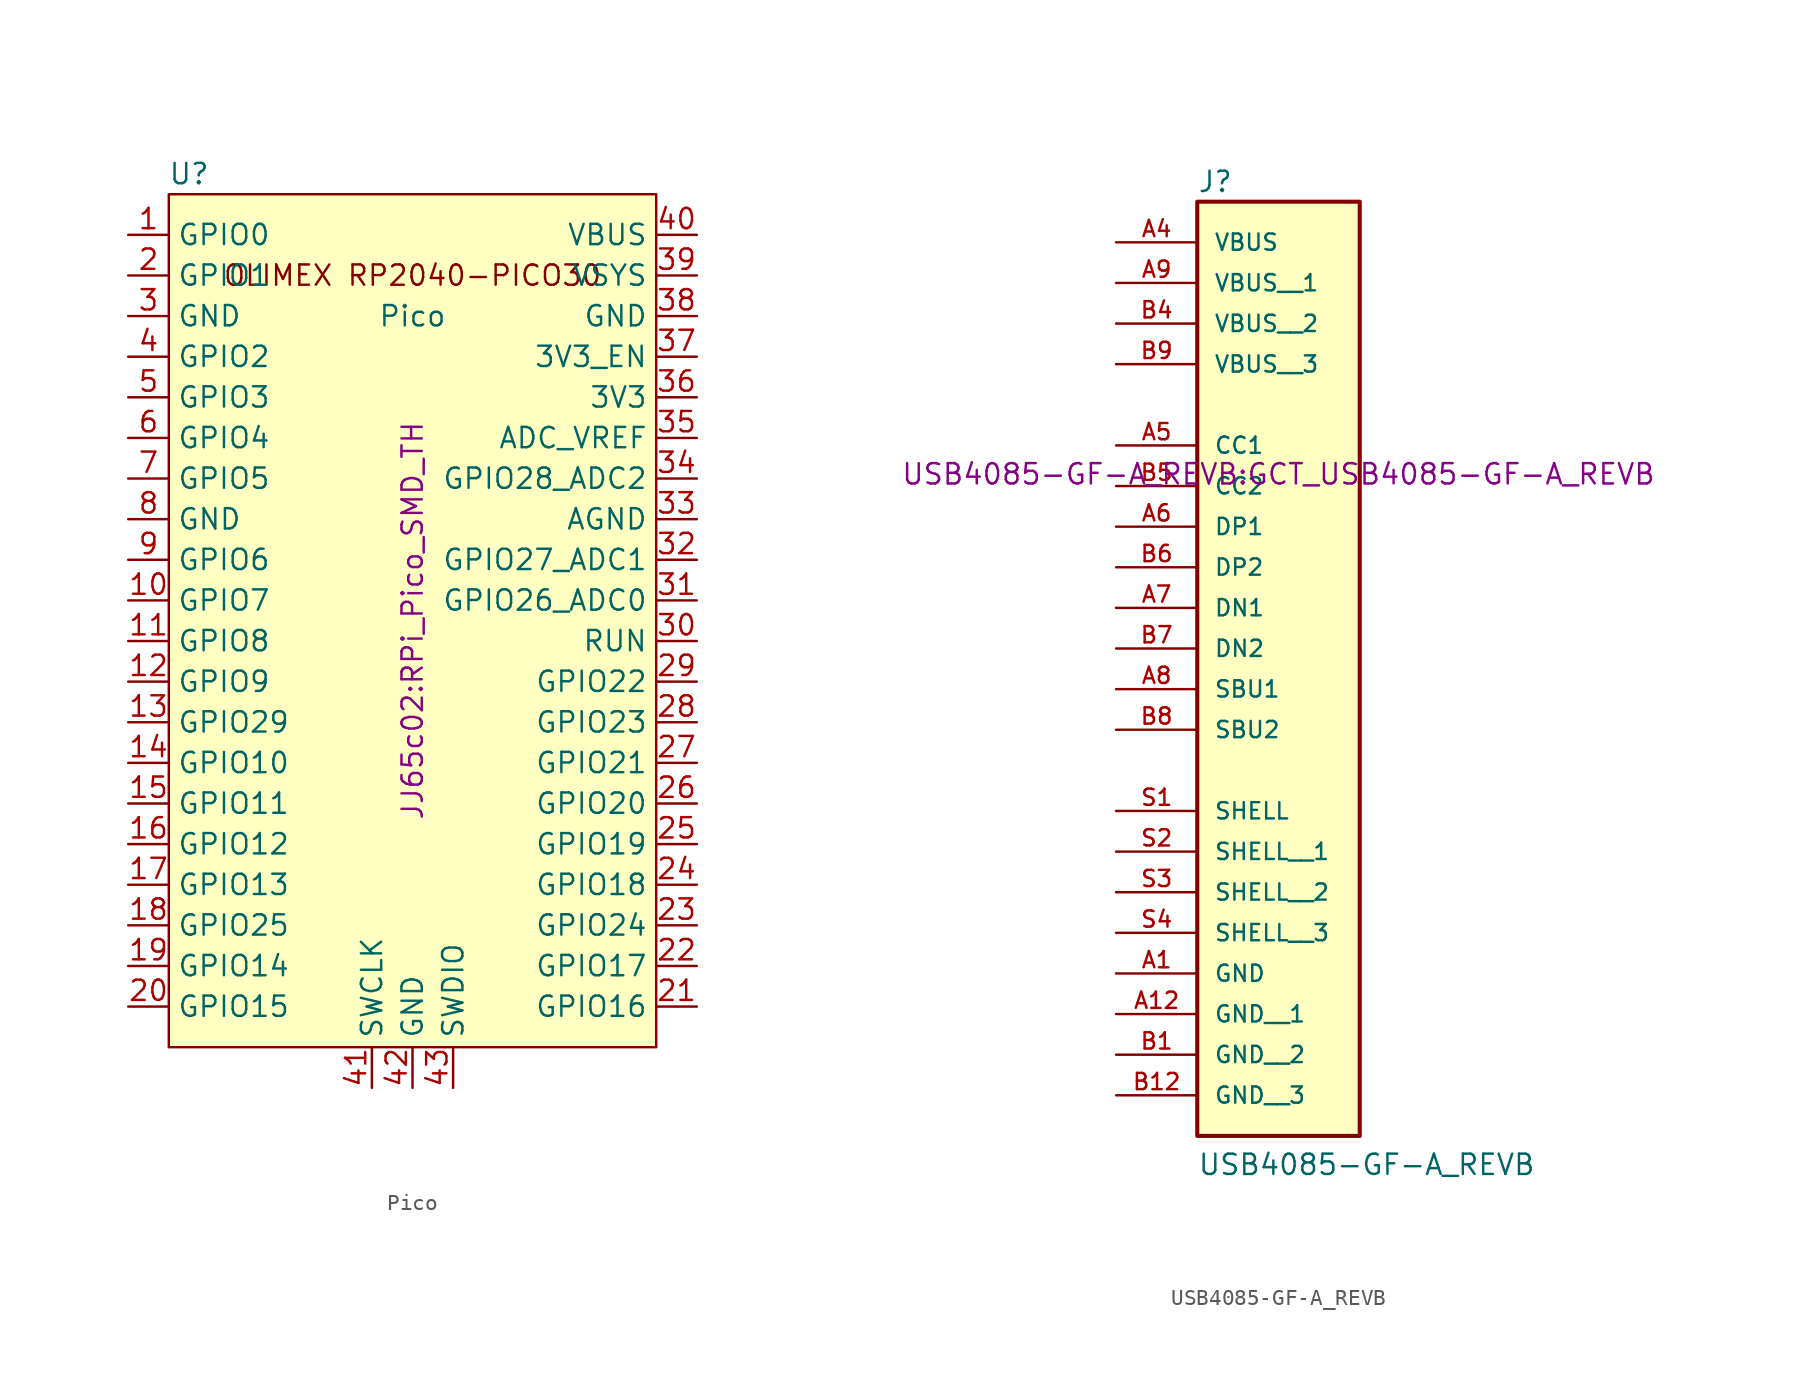
<source format=kicad_sym>
(kicad_symbol_lib
  (version 20220914)
  (generator kicad_symbol_editor)
  (symbol "Pico"
    (property "Reference" "U"
      (at -13.97 27.94 0)
      (effects (font (size 1.27 1.27))))
    (property "Value" "Pico"
      (at 0 19.05 0)
      (effects (font (size 1.27 1.27))))
    (property "Footprint" "JJ65c02:RPi_Pico_SMD_TH"
      (at 0 0 90)
      (effects (font (size 1.27 1.27))))
    (symbol "Pico_0_1"
      (rectangle (start -15.24 26.67) (end 15.24 -26.67) (stroke (width 0) (type default)) (fill (type background))))
    (symbol "Pico_1_0"
      (text "OLIMEX RP2040-PICO30" (at 0 21.59 0) (effects (font (size 1.27 1.27)))))
    (symbol "Pico_1_1"
      (pin bidirectional line (at -17.78 24.13 0) (length 2.54) (name "GPIO0" (effects (font (size 1.27 1.27)))) (number "1" (effects (font (size 1.27 1.27)))))
      (pin bidirectional line (at -17.78 1.27 0) (length 2.54) (name "GPIO7" (effects (font (size 1.27 1.27)))) (number "10" (effects (font (size 1.27 1.27)))))
      (pin bidirectional line (at -17.78 -1.27 0) (length 2.54) (name "GPIO8" (effects (font (size 1.27 1.27)))) (number "11" (effects (font (size 1.27 1.27)))))
      (pin bidirectional line (at -17.78 -3.81 0) (length 2.54) (name "GPIO9" (effects (font (size 1.27 1.27)))) (number "12" (effects (font (size 1.27 1.27)))))
      (pin bidirectional line (at -17.78 -6.35 0) (length 2.54) (name "GPIO29" (effects (font (size 1.27 1.27)))) (number "13" (effects (font (size 1.27 1.27)))))
      (pin bidirectional line (at -17.78 -8.89 0) (length 2.54) (name "GPIO10" (effects (font (size 1.27 1.27)))) (number "14" (effects (font (size 1.27 1.27)))))
      (pin bidirectional line (at -17.78 -11.43 0) (length 2.54) (name "GPIO11" (effects (font (size 1.27 1.27)))) (number "15" (effects (font (size 1.27 1.27)))))
      (pin bidirectional line (at -17.78 -13.97 0) (length 2.54) (name "GPIO12" (effects (font (size 1.27 1.27)))) (number "16" (effects (font (size 1.27 1.27)))))
      (pin bidirectional line (at -17.78 -16.51 0) (length 2.54) (name "GPIO13" (effects (font (size 1.27 1.27)))) (number "17" (effects (font (size 1.27 1.27)))))
      (pin bidirectional line (at -17.78 -19.05 0) (length 2.54) (name "GPIO25" (effects (font (size 1.27 1.27)))) (number "18" (effects (font (size 1.27 1.27)))))
      (pin bidirectional line (at -17.78 -21.59 0) (length 2.54) (name "GPIO14" (effects (font (size 1.27 1.27)))) (number "19" (effects (font (size 1.27 1.27)))))
      (pin bidirectional line (at -17.78 21.59 0) (length 2.54) (name "GPIO1" (effects (font (size 1.27 1.27)))) (number "2" (effects (font (size 1.27 1.27)))))
      (pin bidirectional line (at -17.78 -24.13 0) (length 2.54) (name "GPIO15" (effects (font (size 1.27 1.27)))) (number "20" (effects (font (size 1.27 1.27)))))
      (pin bidirectional line (at 17.78 -24.13 180) (length 2.54) (name "GPIO16" (effects (font (size 1.27 1.27)))) (number "21" (effects (font (size 1.27 1.27)))))
      (pin bidirectional line (at 17.78 -21.59 180) (length 2.54) (name "GPIO17" (effects (font (size 1.27 1.27)))) (number "22" (effects (font (size 1.27 1.27)))))
      (pin bidirectional line (at 17.78 -19.05 180) (length 2.54) (name "GPIO24" (effects (font (size 1.27 1.27)))) (number "23" (effects (font (size 1.27 1.27)))))
      (pin bidirectional line (at 17.78 -16.51 180) (length 2.54) (name "GPIO18" (effects (font (size 1.27 1.27)))) (number "24" (effects (font (size 1.27 1.27)))))
      (pin bidirectional line (at 17.78 -13.97 180) (length 2.54) (name "GPIO19" (effects (font (size 1.27 1.27)))) (number "25" (effects (font (size 1.27 1.27)))))
      (pin bidirectional line (at 17.78 -11.43 180) (length 2.54) (name "GPIO20" (effects (font (size 1.27 1.27)))) (number "26" (effects (font (size 1.27 1.27)))))
      (pin bidirectional line (at 17.78 -8.89 180) (length 2.54) (name "GPIO21" (effects (font (size 1.27 1.27)))) (number "27" (effects (font (size 1.27 1.27)))))
      (pin bidirectional line (at 17.78 -6.35 180) (length 2.54) (name "GPIO23" (effects (font (size 1.27 1.27)))) (number "28" (effects (font (size 1.27 1.27)))))
      (pin bidirectional line (at 17.78 -3.81 180) (length 2.54) (name "GPIO22" (effects (font (size 1.27 1.27)))) (number "29" (effects (font (size 1.27 1.27)))))
      (pin power_in line (at -17.78 19.05 0) (length 2.54) (name "GND" (effects (font (size 1.27 1.27)))) (number "3" (effects (font (size 1.27 1.27)))))
      (pin input line (at 17.78 -1.27 180) (length 2.54) (name "RUN" (effects (font (size 1.27 1.27)))) (number "30" (effects (font (size 1.27 1.27)))))
      (pin bidirectional line (at 17.78 1.27 180) (length 2.54) (name "GPIO26_ADC0" (effects (font (size 1.27 1.27)))) (number "31" (effects (font (size 1.27 1.27)))))
      (pin bidirectional line (at 17.78 3.81 180) (length 2.54) (name "GPIO27_ADC1" (effects (font (size 1.27 1.27)))) (number "32" (effects (font (size 1.27 1.27)))))
      (pin power_in line (at 17.78 6.35 180) (length 2.54) (name "AGND" (effects (font (size 1.27 1.27)))) (number "33" (effects (font (size 1.27 1.27)))))
      (pin bidirectional line (at 17.78 8.89 180) (length 2.54) (name "GPIO28_ADC2" (effects (font (size 1.27 1.27)))) (number "34" (effects (font (size 1.27 1.27)))))
      (pin power_in line (at 17.78 11.43 180) (length 2.54) (name "ADC_VREF" (effects (font (size 1.27 1.27)))) (number "35" (effects (font (size 1.27 1.27)))))
      (pin power_in line (at 17.78 13.97 180) (length 2.54) (name "3V3" (effects (font (size 1.27 1.27)))) (number "36" (effects (font (size 1.27 1.27)))))
      (pin input line (at 17.78 16.51 180) (length 2.54) (name "3V3_EN" (effects (font (size 1.27 1.27)))) (number "37" (effects (font (size 1.27 1.27)))))
      (pin bidirectional line (at 17.78 19.05 180) (length 2.54) (name "GND" (effects (font (size 1.27 1.27)))) (number "38" (effects (font (size 1.27 1.27)))))
      (pin power_in line (at 17.78 21.59 180) (length 2.54) (name "VSYS" (effects (font (size 1.27 1.27)))) (number "39" (effects (font (size 1.27 1.27)))))
      (pin bidirectional line (at -17.78 16.51 0) (length 2.54) (name "GPIO2" (effects (font (size 1.27 1.27)))) (number "4" (effects (font (size 1.27 1.27)))))
      (pin power_in line (at 17.78 24.13 180) (length 2.54) (name "VBUS" (effects (font (size 1.27 1.27)))) (number "40" (effects (font (size 1.27 1.27)))))
      (pin input line (at -2.54 -29.21 90) (length 2.54) (name "SWCLK" (effects (font (size 1.27 1.27)))) (number "41" (effects (font (size 1.27 1.27)))))
      (pin power_in line (at 0 -29.21 90) (length 2.54) (name "GND" (effects (font (size 1.27 1.27)))) (number "42" (effects (font (size 1.27 1.27)))))
      (pin bidirectional line (at 2.54 -29.21 90) (length 2.54) (name "SWDIO" (effects (font (size 1.27 1.27)))) (number "43" (effects (font (size 1.27 1.27)))))
      (pin bidirectional line (at -17.78 13.97 0) (length 2.54) (name "GPIO3" (effects (font (size 1.27 1.27)))) (number "5" (effects (font (size 1.27 1.27)))))
      (pin bidirectional line (at -17.78 11.43 0) (length 2.54) (name "GPIO4" (effects (font (size 1.27 1.27)))) (number "6" (effects (font (size 1.27 1.27)))))
      (pin bidirectional line (at -17.78 8.89 0) (length 2.54) (name "GPIO5" (effects (font (size 1.27 1.27)))) (number "7" (effects (font (size 1.27 1.27)))))
      (pin power_in line (at -17.78 6.35 0) (length 2.54) (name "GND" (effects (font (size 1.27 1.27)))) (number "8" (effects (font (size 1.27 1.27)))))
      (pin bidirectional line (at -17.78 3.81 0) (length 2.54) (name "GPIO6" (effects (font (size 1.27 1.27)))) (number "9" (effects (font (size 1.27 1.27)))))))
  (symbol "USB4085-GF-A_REVB"
    (pin_names
      (offset 1.016))
    (property "Reference" "J"
      (at -5.08 18.288 0)
      (effects (font (size 1.27 1.27)) (justify left bottom)))
    (property "Value" "USB4085-GF-A_REVB"
      (at -5.08 -43.18 0)
      (effects (font (size 1.27 1.27)) (justify left bottom)))
    (property "Footprint" "USB4085-GF-A_REVB:GCT_USB4085-GF-A_REVB"
      (at 0 0 0)
      (effects (font (size 1.27 1.27)) (justify bottom)))
    (symbol "USB4085-GF-A_REVB_0_0"
      (rectangle (start -5.08 -40.64) (end 5.08 17.78) (stroke (width 0.254) (type default)) (fill (type background)))
      (pin power_in line (at -10.16 -30.48 0) (length 5.08) (name "GND" (effects (font (size 1.016 1.016)))) (number "A1" (effects (font (size 1.016 1.016)))))
      (pin power_in line (at -10.16 -33.02 0) (length 5.08) (name "GND__1" (effects (font (size 1.016 1.016)))) (number "A12" (effects (font (size 1.016 1.016)))))
      (pin power_in line (at -10.16 15.24 0) (length 5.08) (name "VBUS" (effects (font (size 1.016 1.016)))) (number "A4" (effects (font (size 1.016 1.016)))))
      (pin bidirectional line (at -10.16 2.54 0) (length 5.08) (name "CC1" (effects (font (size 1.016 1.016)))) (number "A5" (effects (font (size 1.016 1.016)))))
      (pin bidirectional line (at -10.16 -2.54 0) (length 5.08) (name "DP1" (effects (font (size 1.016 1.016)))) (number "A6" (effects (font (size 1.016 1.016)))))
      (pin bidirectional line (at -10.16 -7.62 0) (length 5.08) (name "DN1" (effects (font (size 1.016 1.016)))) (number "A7" (effects (font (size 1.016 1.016)))))
      (pin bidirectional line (at -10.16 -12.7 0) (length 5.08) (name "SBU1" (effects (font (size 1.016 1.016)))) (number "A8" (effects (font (size 1.016 1.016)))))
      (pin power_in line (at -10.16 12.7 0) (length 5.08) (name "VBUS__1" (effects (font (size 1.016 1.016)))) (number "A9" (effects (font (size 1.016 1.016)))))
      (pin power_in line (at -10.16 -35.56 0) (length 5.08) (name "GND__2" (effects (font (size 1.016 1.016)))) (number "B1" (effects (font (size 1.016 1.016)))))
      (pin power_in line (at -10.16 -38.1 0) (length 5.08) (name "GND__3" (effects (font (size 1.016 1.016)))) (number "B12" (effects (font (size 1.016 1.016)))))
      (pin power_in line (at -10.16 10.16 0) (length 5.08) (name "VBUS__2" (effects (font (size 1.016 1.016)))) (number "B4" (effects (font (size 1.016 1.016)))))
      (pin bidirectional line (at -10.16 0 0) (length 5.08) (name "CC2" (effects (font (size 1.016 1.016)))) (number "B5" (effects (font (size 1.016 1.016)))))
      (pin bidirectional line (at -10.16 -5.08 0) (length 5.08) (name "DP2" (effects (font (size 1.016 1.016)))) (number "B6" (effects (font (size 1.016 1.016)))))
      (pin bidirectional line (at -10.16 -10.16 0) (length 5.08) (name "DN2" (effects (font (size 1.016 1.016)))) (number "B7" (effects (font (size 1.016 1.016)))))
      (pin bidirectional line (at -10.16 -15.24 0) (length 5.08) (name "SBU2" (effects (font (size 1.016 1.016)))) (number "B8" (effects (font (size 1.016 1.016)))))
      (pin power_in line (at -10.16 7.62 0) (length 5.08) (name "VBUS__3" (effects (font (size 1.016 1.016)))) (number "B9" (effects (font (size 1.016 1.016)))))
      (pin passive line (at -10.16 -20.32 0) (length 5.08) (name "SHELL" (effects (font (size 1.016 1.016)))) (number "S1" (effects (font (size 1.016 1.016)))))
      (pin passive line (at -10.16 -22.86 0) (length 5.08) (name "SHELL__1" (effects (font (size 1.016 1.016)))) (number "S2" (effects (font (size 1.016 1.016)))))
      (pin passive line (at -10.16 -25.4 0) (length 5.08) (name "SHELL__2" (effects (font (size 1.016 1.016)))) (number "S3" (effects (font (size 1.016 1.016)))))
      (pin passive line (at -10.16 -27.94 0) (length 5.08) (name "SHELL__3" (effects (font (size 1.016 1.016)))) (number "S4" (effects (font (size 1.016 1.016))))))))
</source>
